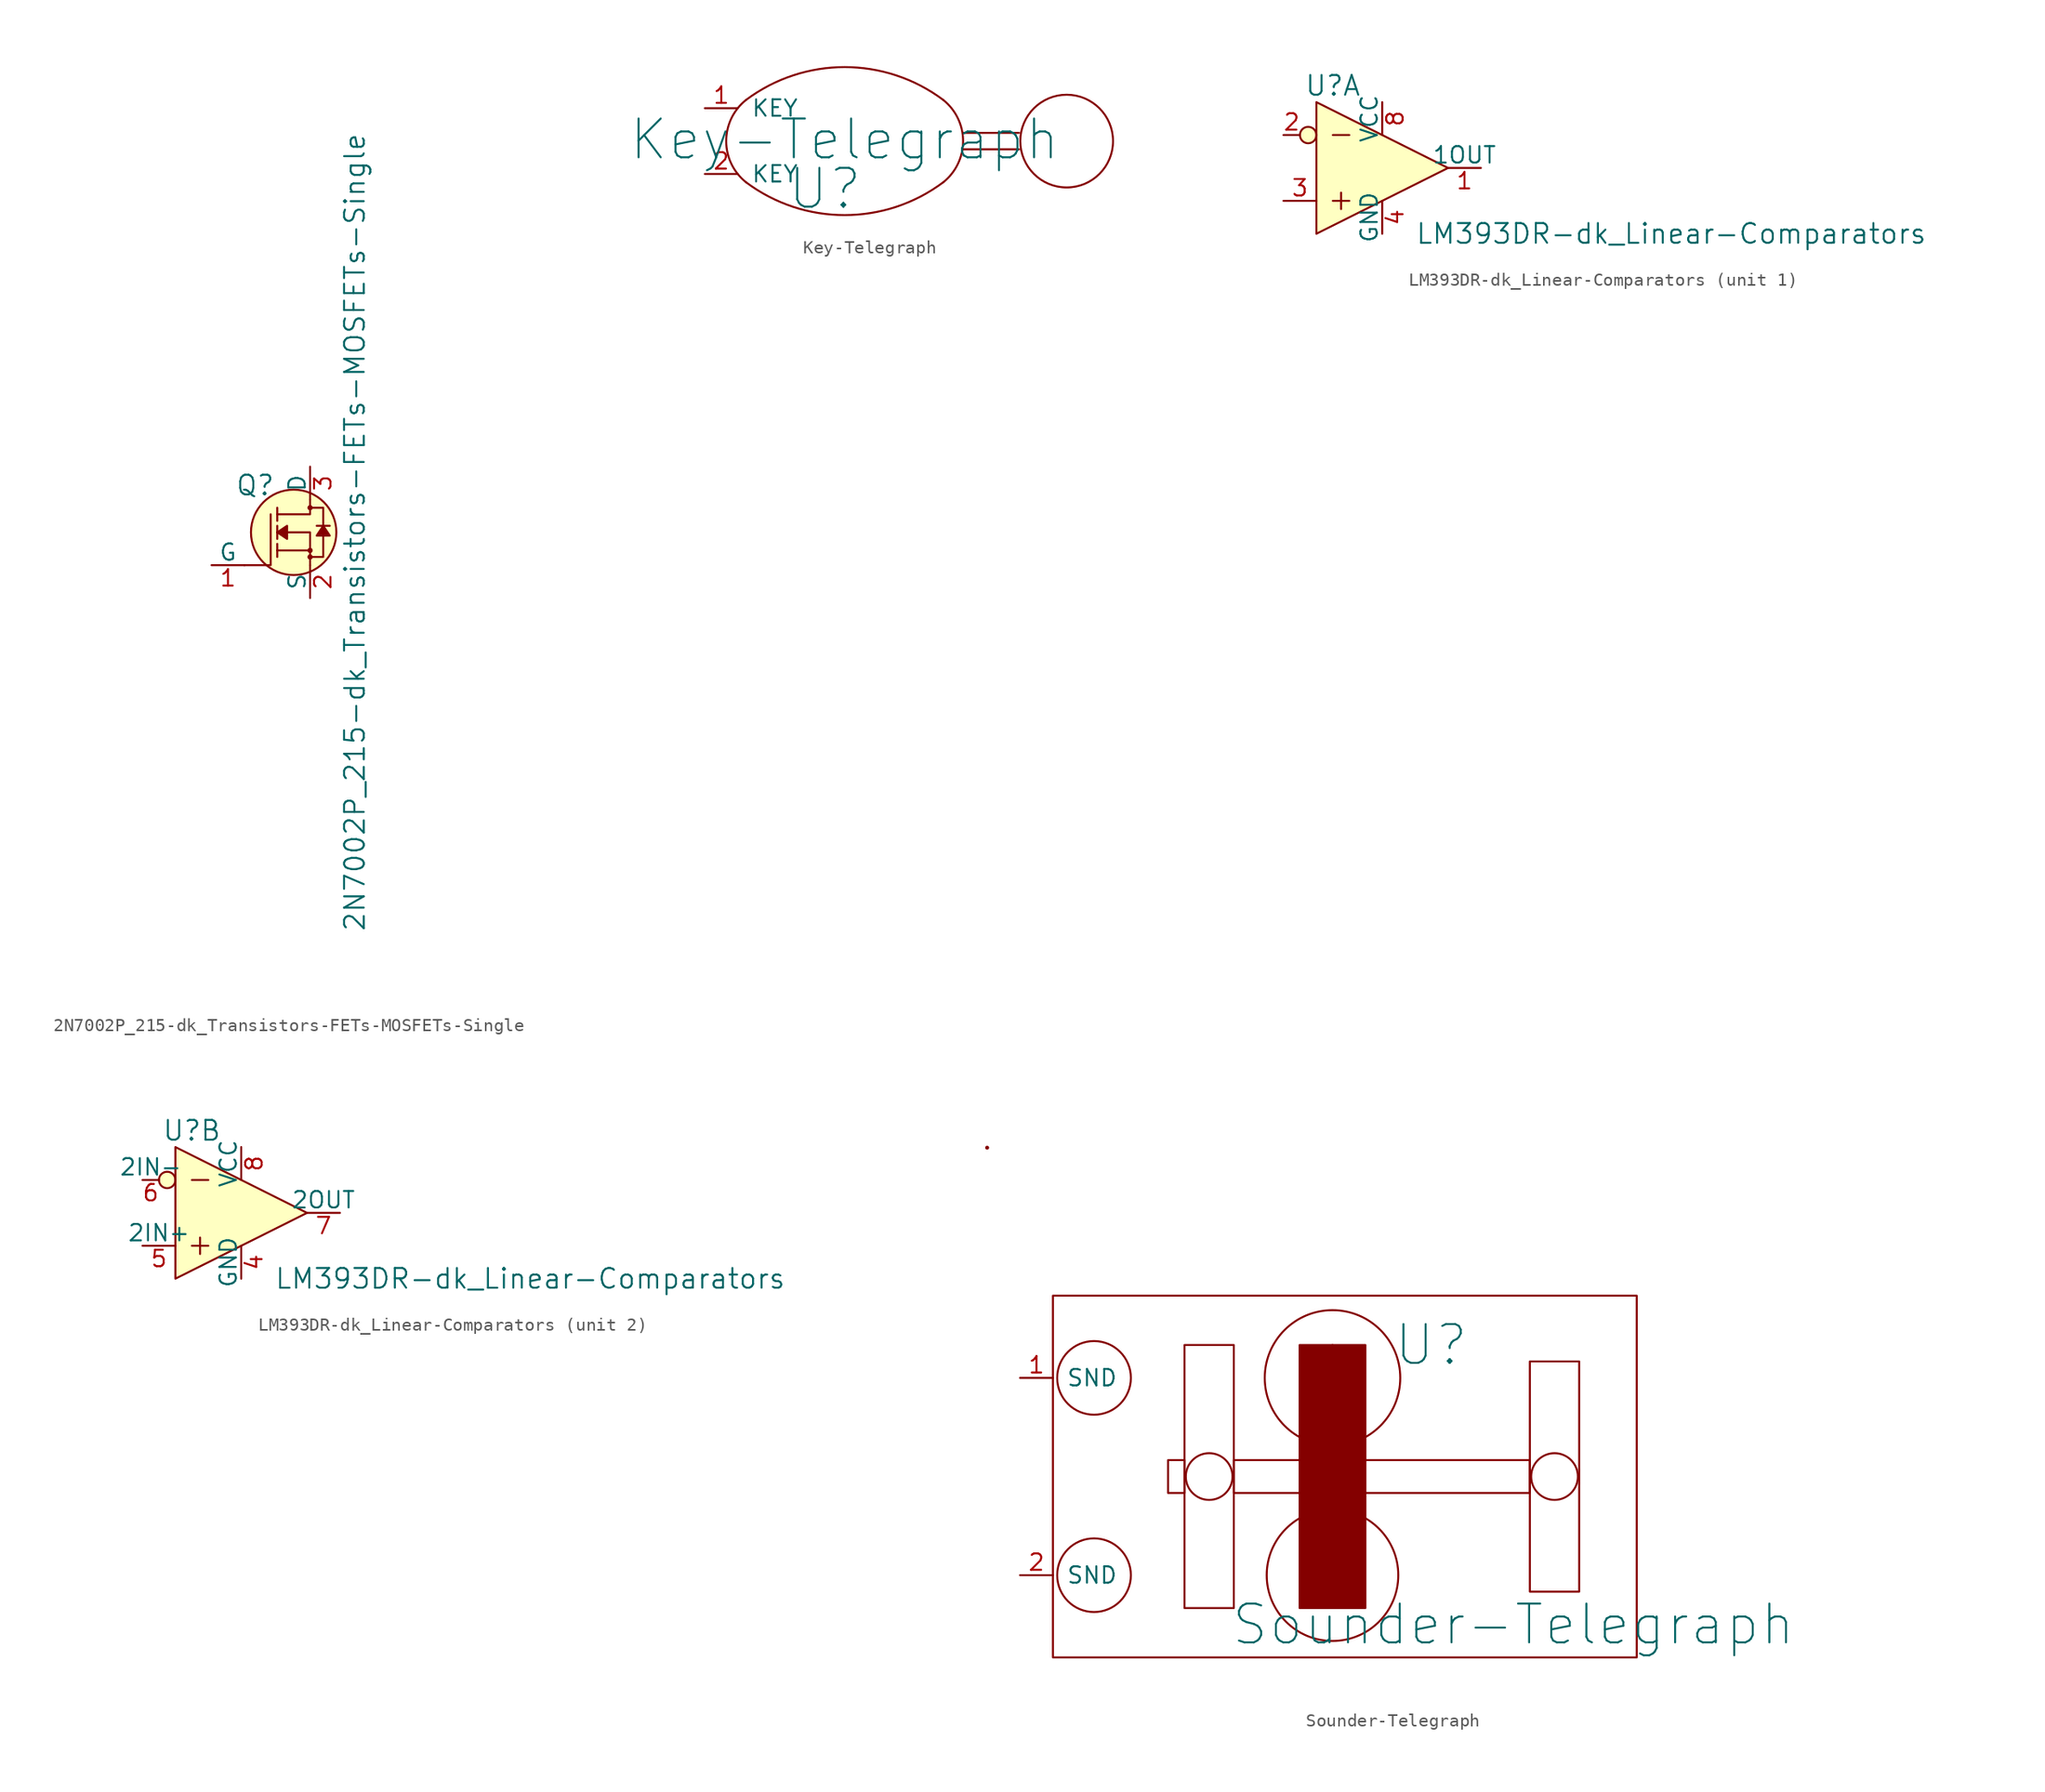
<source format=kicad_sym>
(kicad_symbol_lib
  (version 20211014)
  (generator kicad_symbol_editor)
  (symbol "2N7002P_215-dk_Transistors-FETs-MOSFETs-Single"
    (pin_names
      (offset 0))
    (property "Reference" "Q"
      (at -2.692 3.632 0)
      (effects (font (size 1.524 1.524)) (justify right)))
    (property "Value" "2N7002P_215-dk_Transistors-FETs-MOSFETs-Single"
      (at 3.454 0 90)
      (effects (font (size 1.524 1.524))))
    (symbol "2N7002P_215-dk_Transistors-FETs-MOSFETs-Single_0_1"
      (circle (center -1.27 0) (radius 3.302) (stroke (width 0) (type default) (color 0 0 0 0)) (fill (type background)))
      (circle (center 0 -1.905) (radius 0.127) (stroke (width 0) (type default) (color 0 0 0 0)) (fill (type none)))
      (circle (center 0 -1.397) (radius 0.127) (stroke (width 0) (type default) (color 0 0 0 0)) (fill (type none)))
      (polyline (pts (xy 0 -1.397) (xy -2.54 -1.397)) (stroke (width 0) (type default) (color 0 0 0 0)) (fill (type none)))
      (polyline (pts (xy -5.08 -2.54) (xy -3.048 -2.54) (xy -3.048 1.397)) (stroke (width 0) (type default) (color 0 0 0 0)) (fill (type none)))
      (polyline (pts (xy 0 -2.54) (xy 0 0) (xy -2.54 0)) (stroke (width 0) (type default) (color 0 0 0 0)) (fill (type none)))
      (polyline (pts (xy 0 2.54) (xy 0 1.397) (xy -2.54 1.397)) (stroke (width 0) (type default) (color 0 0 0 0)) (fill (type none)))
      (polyline (pts (xy -0.127 -1.905) (xy 1.016 -1.905) (xy 1.016 1.397) (xy 1.016 1.905) (xy -0.127 1.905)) (stroke (width 0) (type default) (color 0 0 0 0)) (fill (type none)))
      (circle (center 0 1.905) (radius 0.127) (stroke (width 0) (type default) (color 0 0 0 0)) (fill (type none))))
    (symbol "2N7002P_215-dk_Transistors-FETs-MOSFETs-Single_1_1"
      (polyline (pts (xy -2.54 -1.397) (xy -2.54 -1.905)) (stroke (width 0) (type default) (color 0 0 0 0)) (fill (type none)))
      (polyline (pts (xy -2.54 -1.397) (xy -2.54 -0.889)) (stroke (width 0) (type default) (color 0 0 0 0)) (fill (type none)))
      (polyline (pts (xy -2.54 0) (xy -2.54 -0.508)) (stroke (width 0) (type default) (color 0 0 0 0)) (fill (type none)))
      (polyline (pts (xy -2.54 0) (xy -2.54 0.508)) (stroke (width 0) (type default) (color 0 0 0 0)) (fill (type none)))
      (polyline (pts (xy -2.54 1.905) (xy -2.54 0.889)) (stroke (width 0) (type default) (color 0 0 0 0)) (fill (type none)))
      (polyline (pts (xy 1.524 0.508) (xy 0.508 0.508)) (stroke (width 0) (type default) (color 0 0 0 0)) (fill (type none)))
      (polyline (pts (xy -2.54 0) (xy -1.778 0.508) (xy -1.778 -0.508) (xy -2.54 0)) (stroke (width 0) (type default) (color 0 0 0 0)) (fill (type outline)))
      (polyline (pts (xy 1.016 0.508) (xy 0.508 -0.254) (xy 1.524 -0.254) (xy 1.016 0.508)) (stroke (width 0) (type default) (color 0 0 0 0)) (fill (type outline)))
      (pin bidirectional line (at -7.62 -2.54 0) (length 2.54) (name "G" (effects (font (size 1.27 1.27)))) (number "1" (effects (font (size 1.27 1.27)))))
      (pin bidirectional line (at 0 -5.08 90) (length 2.54) (name "S" (effects (font (size 1.27 1.27)))) (number "2" (effects (font (size 1.27 1.27)))))
      (pin bidirectional line (at 0 5.08 270) (length 2.54) (name "D" (effects (font (size 1.27 1.27)))) (number "3" (effects (font (size 1.27 1.27)))))))
  (symbol "Key-Telegraph"
    (pin_names
      (offset 1.016))
    (property "Reference" "U"
      (at -2.159 -3.683 0)
      (effects (font (size 2.997 2.997))))
    (property "Value" "Key-Telegraph"
      (at -0.635 0.127 0)
      (effects (font (size 2.997 2.997))))
    (symbol "Key-Telegraph_0_1"
      (arc (start -8.255 -3.175) (mid -0.635 -5.715) (end 6.985 -3.175) (stroke (width 0) (type default) (color 0 0 0 0)) (fill (type none)))
      (arc (start -8.255 3.175) (mid -9.781 0) (end -8.255 -3.175) (stroke (width 0) (type default) (color 0 0 0 0)) (fill (type none)))
      (polyline (pts (xy 12.827 -0.635) (xy 8.509 -0.635)) (stroke (width 0) (type default) (color 0 0 0 0)) (fill (type none)))
      (polyline (pts (xy 8.509 0.635) (xy 12.827 0.635) (xy 12.7 0.635)) (stroke (width 0) (type default) (color 0 0 0 0)) (fill (type none)))
      (circle (center 16.51 0) (radius 3.581) (stroke (width 0) (type default) (color 0 0 0 0)) (fill (type none))))
    (symbol "Key-Telegraph_1_1"
      (arc (start 6.985 -3.175) (mid 8.511 0) (end 6.985 3.175) (stroke (width 0) (type default) (color 0 0 0 0)) (fill (type none)))
      (arc (start 6.985 3.175) (mid -0.635 5.715) (end -8.255 3.175) (stroke (width 0) (type default) (color 0 0 0 0)) (fill (type none)))
      (pin input line (at -11.43 2.54 0) (length 2.54) (name "KEY" (effects (font (size 1.27 1.27)))) (number "1" (effects (font (size 1.27 1.27)))))
      (pin input line (at -11.43 -2.54 0) (length 2.54) (name "KEY" (effects (font (size 1.27 1.27)))) (number "2" (effects (font (size 1.27 1.27)))))))
  (symbol "LM393DR-dk_Linear-Comparators"
    (pin_names
      (offset 0))
    (property "Reference" "U"
      (at -3.81 6.35 0)
      (effects (font (size 1.524 1.524))))
    (property "Value" "LM393DR-dk_Linear-Comparators"
      (at 2.54 -5.08 0)
      (effects (font (size 1.524 1.524)) (justify left)))
    (property "ki_locked" ""
      (at 0 0 0)
      (effects (font (size 1.27 1.27))))
    (symbol "LM393DR-dk_Linear-Comparators_0_1"
      (circle (center -5.715 2.54) (radius 0.635) (stroke (width 0) (type default) (color 0 0 0 0)) (fill (type background)))
      (polyline (pts (xy -3.81 -2.54) (xy -2.54 -2.54)) (stroke (width 0) (type default) (color 0 0 0 0)) (fill (type none)))
      (polyline (pts (xy -3.81 2.54) (xy -2.54 2.54)) (stroke (width 0) (type default) (color 0 0 0 0)) (fill (type none)))
      (polyline (pts (xy -3.175 -1.905) (xy -3.175 -3.175)) (stroke (width 0) (type default) (color 0 0 0 0)) (fill (type none)))
      (polyline (pts (xy -5.08 5.08) (xy -5.08 -5.08) (xy 5.08 0) (xy -5.08 5.08)) (stroke (width 0) (type default) (color 0 0 0 0)) (fill (type background))))
    (symbol "LM393DR-dk_Linear-Comparators_1_1"
      (pin output line (at 7.62 0 180) (length 2.54) (name "1OUT" (effects (font (size 1.27 1.27)))) (number "1" (effects (font (size 1.27 1.27)))))
      (pin input line (at -7.62 2.54 0) (length 1.27) (name "~" (effects (font (size 1.27 1.27)))) (number "2" (effects (font (size 1.27 1.27)))))
      (pin input line (at -7.62 -2.54 0) (length 2.54) (name "~" (effects (font (size 1.27 1.27)))) (number "3" (effects (font (size 1.27 1.27)))))
      (pin power_in line (at 0 -5.08 90) (length 2.54) (name "GND" (effects (font (size 1.27 1.27)))) (number "4" (effects (font (size 1.27 1.27)))))
      (pin power_in line (at 0 5.08 270) (length 2.54) (name "VCC" (effects (font (size 1.27 1.27)))) (number "8" (effects (font (size 1.27 1.27))))))
    (symbol "LM393DR-dk_Linear-Comparators_2_1"
      (pin power_in line (at 0 -5.08 90) (length 2.54) (name "GND" (effects (font (size 1.27 1.27)))) (number "4" (effects (font (size 1.27 1.27)))))
      (pin input line (at -7.62 -2.54 0) (length 2.54) (name "2IN+" (effects (font (size 1.27 1.27)))) (number "5" (effects (font (size 1.27 1.27)))))
      (pin input line (at -7.62 2.54 0) (length 1.27) (name "2IN-" (effects (font (size 1.27 1.27)))) (number "6" (effects (font (size 1.27 1.27)))))
      (pin output line (at 7.62 0 180) (length 2.54) (name "2OUT" (effects (font (size 1.27 1.27)))) (number "7" (effects (font (size 1.27 1.27)))))
      (pin power_in line (at 0 5.08 270) (length 2.54) (name "VCC" (effects (font (size 1.27 1.27)))) (number "8" (effects (font (size 1.27 1.27)))))))
  (symbol "Sounder-Telegraph"
    (pin_names
      (offset 1.016))
    (property "Reference" "U"
      (at 7.62 10.16 0)
      (effects (font (size 2.997 2.997))))
    (property "Value" "Sounder-Telegraph"
      (at 13.97 -11.43 0)
      (effects (font (size 2.997 2.997))))
    (symbol "Sounder-Telegraph_0_1"
      (circle (center -26.67 25.4) (radius 0.0001) (stroke (width 0) (type default) (color 0 0 0 0)) (fill (type none)))
      (rectangle (start -21.59 13.97) (end 23.495 -13.97) (stroke (width 0) (type default) (color 0 0 0 0)) (fill (type none)))
      (circle (center -18.415 -7.62) (radius 2.845) (stroke (width 0) (type default) (color 0 0 0 0)) (fill (type none)))
      (circle (center -18.415 7.62) (radius 2.845) (stroke (width 0) (type default) (color 0 0 0 0)) (fill (type none)))
      (rectangle (start -11.43 1.27) (end -12.7 -1.27) (stroke (width 0) (type default) (color 0 0 0 0)) (fill (type none)))
      (rectangle (start -11.43 10.16) (end -7.62 -10.16) (stroke (width 0) (type default) (color 0 0 0 0)) (fill (type none)))
      (circle (center -9.525 0) (radius 1.803) (stroke (width 0) (type default) (color 0 0 0 0)) (fill (type none)))
      (rectangle (start -7.62 1.27) (end 15.24 -1.27) (stroke (width 0) (type default) (color 0 0 0 0)) (fill (type none)))
      (rectangle (start -2.54 10.16) (end 2.54 -10.16) (stroke (width 0) (type default) (color 0 0 0 0)) (fill (type outline)))
      (circle (center 0 -7.62) (radius 5.08) (stroke (width 0) (type default) (color 0 0 0 0)) (fill (type none)))
      (circle (center 0 7.62) (radius 5.232) (stroke (width 0) (type default) (color 0 0 0 0)) (fill (type none)))
      (rectangle (start 0 10.16) (end 0 10.16) (stroke (width 0) (type default) (color 0 0 0 0)) (fill (type none)))
      (rectangle (start 15.24 8.89) (end 19.05 -8.89) (stroke (width 0) (type default) (color 0 0 0 0)) (fill (type none)))
      (circle (center 17.145 0) (radius 1.803) (stroke (width 0) (type default) (color 0 0 0 0)) (fill (type none))))
    (symbol "Sounder-Telegraph_1_1"
      (pin input line (at -24.13 7.62 0) (length 2.54) (name "SND" (effects (font (size 1.27 1.27)))) (number "1" (effects (font (size 1.27 1.27)))))
      (pin input line (at -24.13 -7.62 0) (length 2.54) (name "SND" (effects (font (size 1.27 1.27)))) (number "2" (effects (font (size 1.27 1.27))))))))
</source>
